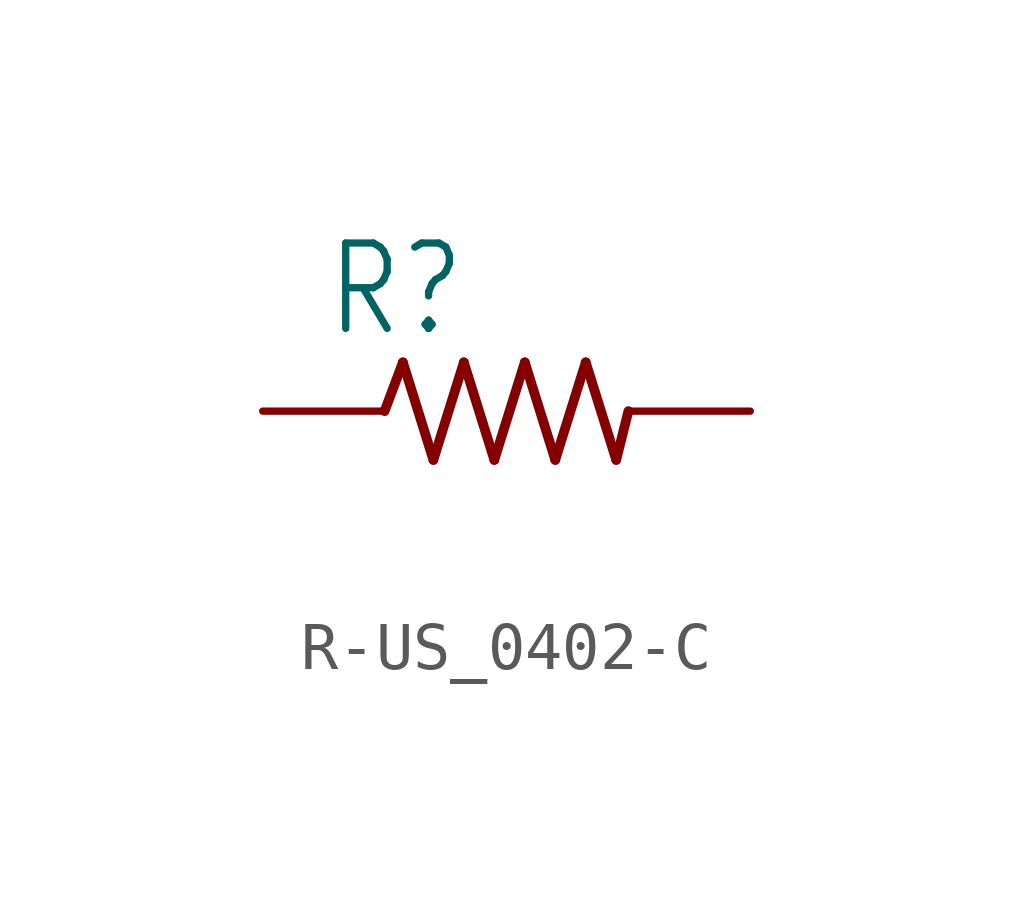
<source format=kicad_sym>
(kicad_symbol_lib
  (version 20241209)
  (generator "kicad_symbol_editor")
  (generator_version "9.0")
  (symbol "R-US_0402-C"
    (property "Reference" "R"
      (at -3.81 1.499 0)
      (effects (font (size 1.778 1.511)) (justify left bottom)))
    (property "Value" ""
      (at -3.81 -3.302 0)
      (effects (font (size 1.778 1.511)) (justify left bottom)))
    (property "ki_locked" ""
      (at 0 0 0)
      (effects (font (size 1.27 1.27))))
    (symbol "R-US_0402-C_1_0"
      (polyline (pts (xy -2.54 0) (xy -2.159 1.016)) (stroke (width 0.203) (type solid)) (fill (type none)))
      (polyline (pts (xy -2.159 1.016) (xy -1.524 -1.016)) (stroke (width 0.203) (type solid)) (fill (type none)))
      (polyline (pts (xy -1.524 -1.016) (xy -0.889 1.016)) (stroke (width 0.203) (type solid)) (fill (type none)))
      (polyline (pts (xy -0.889 1.016) (xy -0.254 -1.016)) (stroke (width 0.203) (type solid)) (fill (type none)))
      (polyline (pts (xy -0.254 -1.016) (xy 0.381 1.016)) (stroke (width 0.203) (type solid)) (fill (type none)))
      (polyline (pts (xy 0.381 1.016) (xy 1.016 -1.016)) (stroke (width 0.203) (type solid)) (fill (type none)))
      (polyline (pts (xy 1.016 -1.016) (xy 1.651 1.016)) (stroke (width 0.203) (type solid)) (fill (type none)))
      (polyline (pts (xy 1.651 1.016) (xy 2.286 -1.016)) (stroke (width 0.203) (type solid)) (fill (type none)))
      (polyline (pts (xy 2.286 -1.016) (xy 2.54 0)) (stroke (width 0.203) (type solid)) (fill (type none)))
      (pin passive line (at -5.08 0 0) (length 2.54) (name "1" (effects (font (size 0 0)))) (number "1" (effects (font (size 0 0)))))
      (pin passive line (at 5.08 0 180) (length 2.54) (name "2" (effects (font (size 0 0)))) (number "2" (effects (font (size 0 0))))))))
</source>
